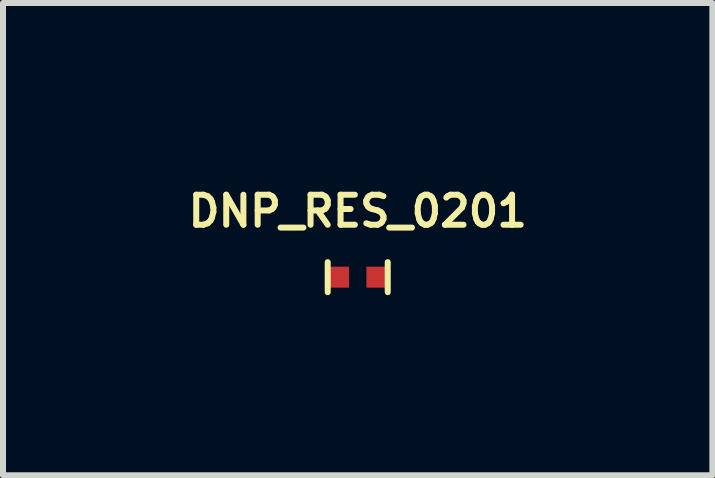
<source format=kicad_pcb>
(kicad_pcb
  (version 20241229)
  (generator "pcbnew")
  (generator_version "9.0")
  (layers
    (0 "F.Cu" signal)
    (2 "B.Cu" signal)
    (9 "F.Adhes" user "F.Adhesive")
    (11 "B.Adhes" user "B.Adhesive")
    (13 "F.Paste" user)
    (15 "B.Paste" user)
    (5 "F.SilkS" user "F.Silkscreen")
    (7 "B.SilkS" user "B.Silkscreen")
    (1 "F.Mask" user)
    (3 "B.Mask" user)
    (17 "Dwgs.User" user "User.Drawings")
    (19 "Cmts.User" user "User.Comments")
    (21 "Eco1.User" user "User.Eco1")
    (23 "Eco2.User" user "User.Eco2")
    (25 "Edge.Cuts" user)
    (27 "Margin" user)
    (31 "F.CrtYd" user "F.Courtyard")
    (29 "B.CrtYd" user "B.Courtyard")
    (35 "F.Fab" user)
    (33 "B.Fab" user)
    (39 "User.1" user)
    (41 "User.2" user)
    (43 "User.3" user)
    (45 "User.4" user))
  (footprint "DNP_RES_0201"
    (layer "F.Cu")
    (at 2.91 1.568)
    (property "Reference" "DNP_RES_0201" (at 0 -1.1 0) (layer "F.SilkS") (effects (font (size 0.5 0.5) (thickness 0.1))))
    (attr smd)
    (fp_line (start -0.5 -0.25) (end -0.5 0.25) (stroke (width 0.1) (type solid)) (layer "F.SilkS"))
    (fp_line (start 0.5 -0.25) (end 0.5 0.25) (stroke (width 0.1) (type solid)) (layer "F.SilkS"))
    (pad "1" smd rect (at -0.32 0) (size 0.35 0.35) (layers "F.Cu" "F.Mask" "F.Paste"))
    (pad "2" smd rect (at 0.32 0) (size 0.35 0.35) (layers "F.Cu" "F.Mask" "F.Paste")))
  (gr_rect
    (start -3 -3)
    (end 8.819 4.868)
    (stroke (width 0.1) (type default))
    (fill no)
    (layer "Edge.Cuts")))
</source>
